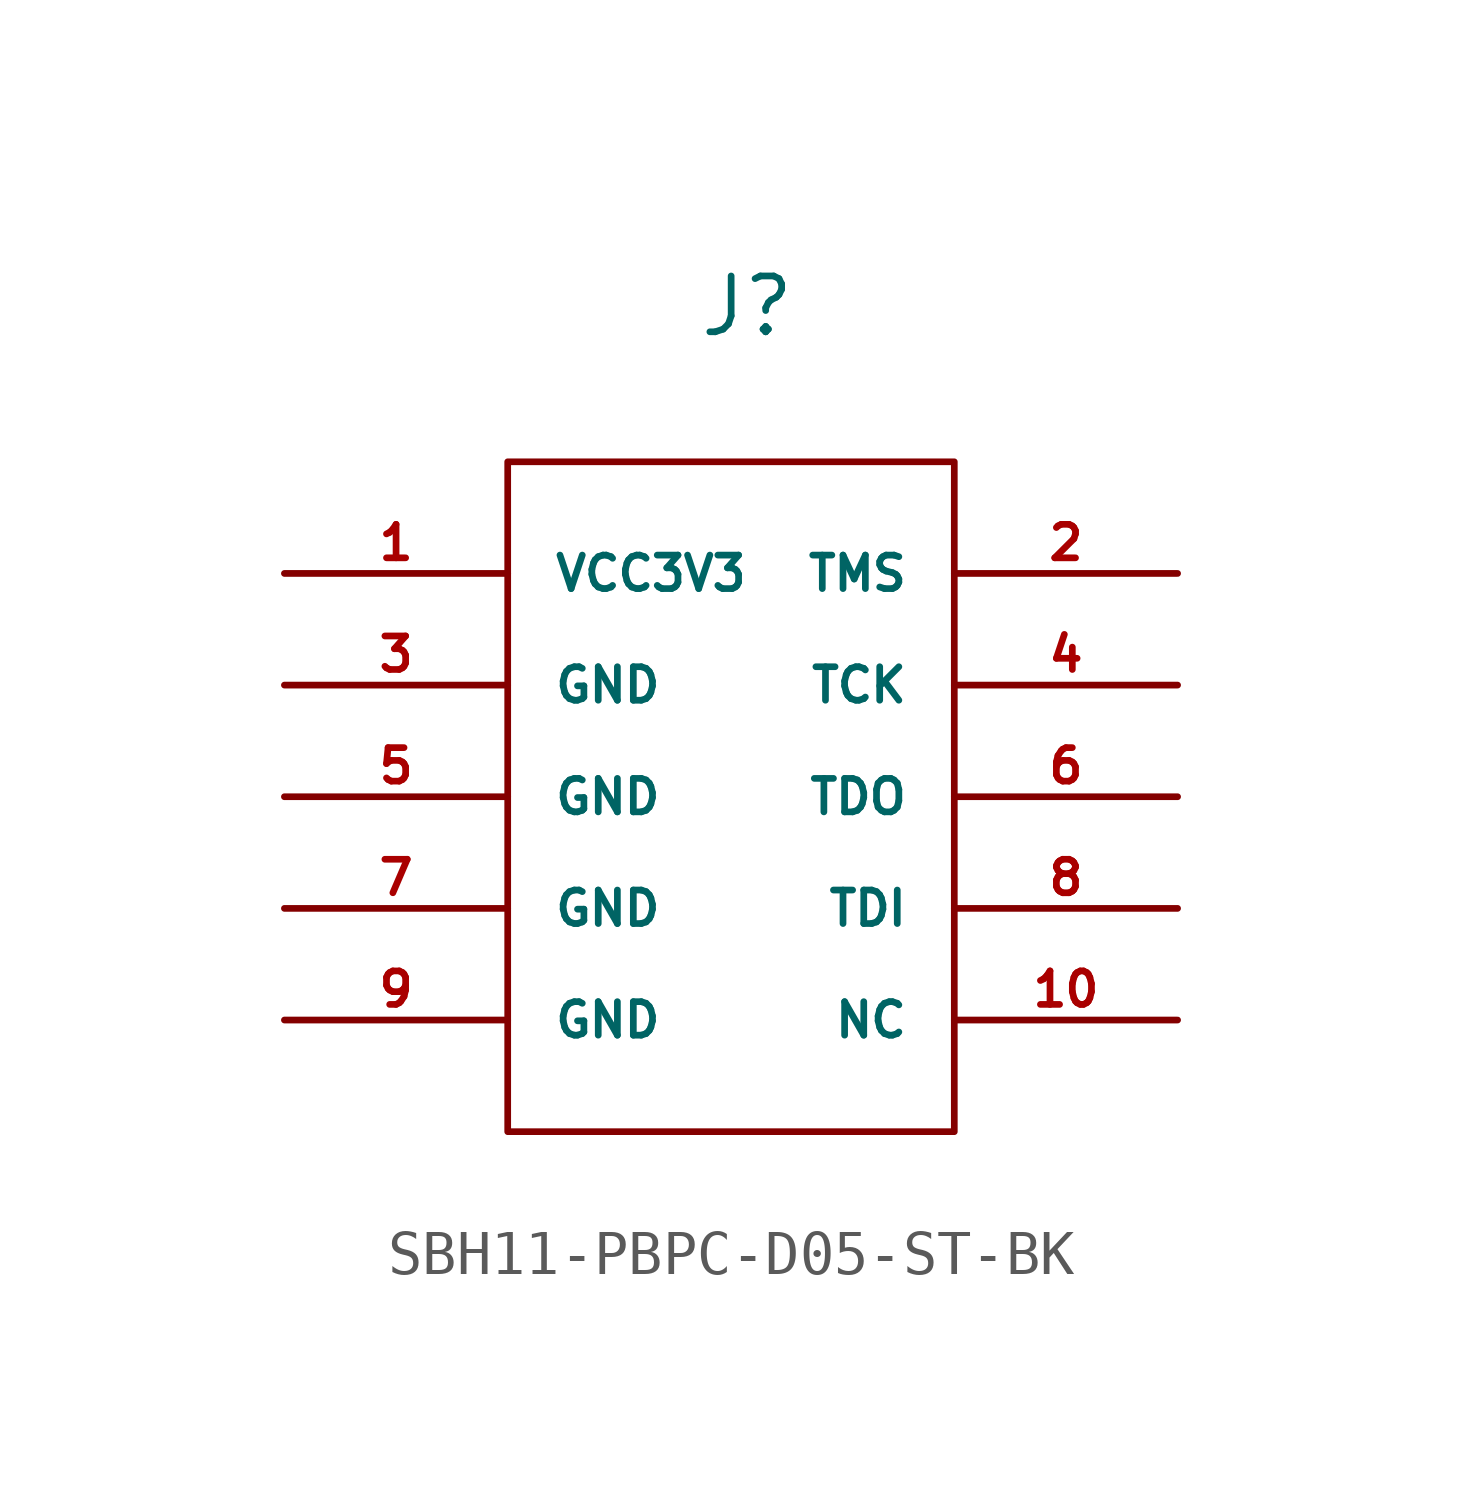
<source format=kicad_sym>
(kicad_symbol_lib
  (version 20241209)
  (generator "kicad_symbol_editor")
  (generator_version "9.0")
  (symbol "SBH11-PBPC-D05-ST-BK"
    (pin_names
      (offset 1.016))
    (property "Reference" "J"
      (at -0.762 10.414 0)
      (effects (font (size 1.27 1.27)) (justify left bottom)))
    (symbol "SBH11-PBPC-D05-ST-BK_0_0"
      (pin passive line (at -10.16 5.08 0) (length 5.08) (name "VCC3V3" (effects (font (size 0.762 0.762)))) (number "1" (effects (font (size 0.762 0.762)))))
      (pin passive line (at -10.16 0 0) (length 5.08) (name "GND" (effects (font (size 0.762 0.762)))) (number "5" (effects (font (size 0.762 0.762))))))
    (symbol "SBH11-PBPC-D05-ST-BK_0_1"
      (rectangle (start -5.08 7.62) (end 5.08 -7.62) (stroke (width 0) (type default)) (fill (type none))))
    (symbol "SBH11-PBPC-D05-ST-BK_1_0"
      (pin passive line (at -10.16 2.54 0) (length 5.08) (name "GND" (effects (font (size 0.762 0.762)))) (number "3" (effects (font (size 0.762 0.762)))))
      (pin passive line (at -10.16 -2.54 0) (length 5.08) (name "GND" (effects (font (size 0.762 0.762)))) (number "7" (effects (font (size 0.762 0.762)))))
      (pin passive line (at -10.16 -5.08 0) (length 5.08) (name "GND" (effects (font (size 0.762 0.762)))) (number "9" (effects (font (size 0.762 0.762)))))
      (pin passive line (at 10.16 5.08 180) (length 5.08) (name "TMS" (effects (font (size 0.762 0.762)))) (number "2" (effects (font (size 0.762 0.762)))))
      (pin passive line (at 10.16 2.54 180) (length 5.08) (name "TCK" (effects (font (size 0.762 0.762)))) (number "4" (effects (font (size 0.762 0.762)))))
      (pin passive line (at 10.16 0 180) (length 5.08) (name "TDO" (effects (font (size 0.762 0.762)))) (number "6" (effects (font (size 0.762 0.762)))))
      (pin passive line (at 10.16 -2.54 180) (length 5.08) (name "TDI" (effects (font (size 0.762 0.762)))) (number "8" (effects (font (size 0.762 0.762)))))
      (pin passive line (at 10.16 -5.08 180) (length 5.08) (name "NC" (effects (font (size 0.762 0.762)))) (number "10" (effects (font (size 0.762 0.762))))))))
</source>
